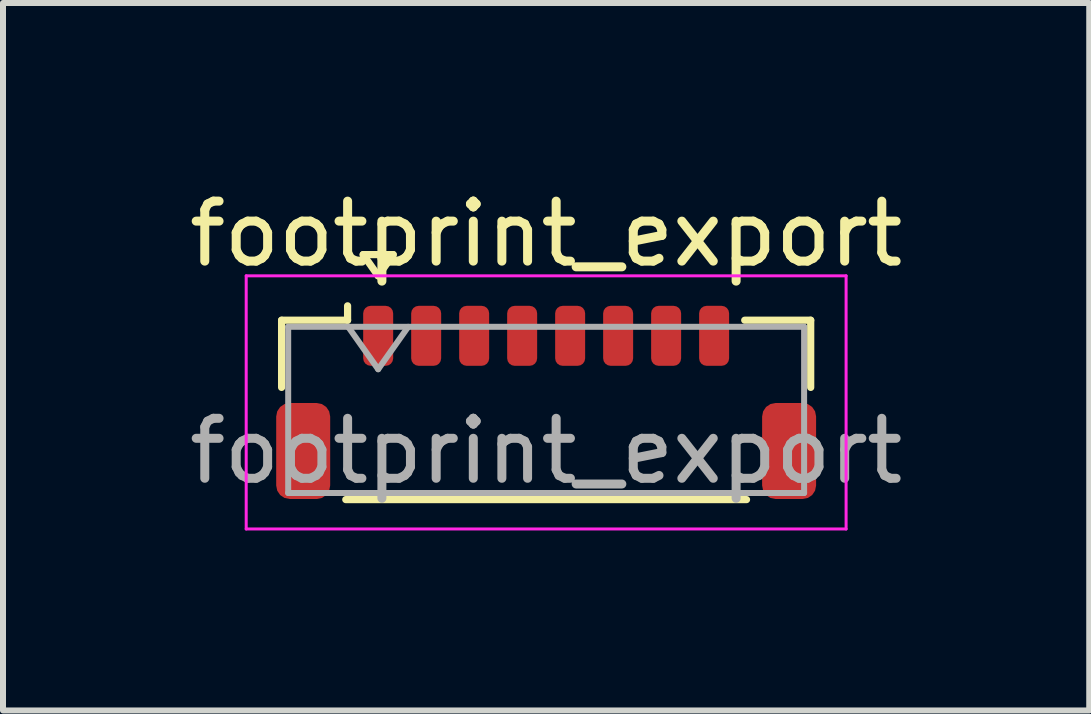
<source format=kicad_pcb>
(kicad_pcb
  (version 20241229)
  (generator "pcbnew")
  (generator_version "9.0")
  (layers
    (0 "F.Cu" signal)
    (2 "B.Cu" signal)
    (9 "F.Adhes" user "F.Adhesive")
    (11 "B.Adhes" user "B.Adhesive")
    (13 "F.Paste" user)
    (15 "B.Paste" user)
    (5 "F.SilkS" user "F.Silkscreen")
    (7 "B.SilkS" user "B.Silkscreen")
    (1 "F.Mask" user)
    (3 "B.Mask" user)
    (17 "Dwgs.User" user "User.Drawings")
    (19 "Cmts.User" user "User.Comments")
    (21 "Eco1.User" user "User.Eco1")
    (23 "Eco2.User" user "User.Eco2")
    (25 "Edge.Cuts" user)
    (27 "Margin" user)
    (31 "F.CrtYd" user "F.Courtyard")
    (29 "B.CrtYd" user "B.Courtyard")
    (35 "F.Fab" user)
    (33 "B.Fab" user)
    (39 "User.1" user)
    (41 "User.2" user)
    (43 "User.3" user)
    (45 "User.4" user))
  (footprint "footprint_export"
    (layer "F.Cu")
    (at 6.054 3.658)
    (property "Reference" "footprint_export" (at 0 -2.81 0) (layer "F.SilkS") (effects (font (size 1 1) (thickness 0.15))))
    (attr smd)
    (fp_line (start -4.41 -1.37) (end -3.31 -1.37) (stroke (width 0.12) (type solid)) (layer "F.SilkS"))
    (fp_line (start -4.41 -0.25) (end -4.41 -1.37) (stroke (width 0.12) (type solid)) (layer "F.SilkS"))
    (fp_line (start -3.34 1.62) (end 3.34 1.62) (stroke (width 0.12) (type solid)) (layer "F.SilkS"))
    (fp_line (start -3.31 -1.37) (end -3.31 -1.61) (stroke (width 0.12) (type solid)) (layer "F.SilkS"))
    (fp_line (start -3.05 -2.464) (end -2.8 -2.11) (stroke (width 0.12) (type solid)) (layer "F.SilkS"))
    (fp_line (start -2.8 -2.11) (end -2.55 -2.464) (stroke (width 0.12) (type solid)) (layer "F.SilkS"))
    (fp_line (start -2.55 -2.464) (end -3.05 -2.464) (stroke (width 0.12) (type solid)) (layer "F.SilkS"))
    (fp_line (start 4.41 -1.37) (end 3.31 -1.37) (stroke (width 0.12) (type solid)) (layer "F.SilkS"))
    (fp_line (start 4.41 -0.25) (end 4.41 -1.37) (stroke (width 0.12) (type solid)) (layer "F.SilkS"))
    (fp_line (start -5 -2.11) (end -5 2.11) (stroke (width 0.05) (type solid)) (layer "F.CrtYd"))
    (fp_line (start -5 2.11) (end 5 2.11) (stroke (width 0.05) (type solid)) (layer "F.CrtYd"))
    (fp_line (start 5 -2.11) (end -5 -2.11) (stroke (width 0.05) (type solid)) (layer "F.CrtYd"))
    (fp_line (start 5 2.11) (end 5 -2.11) (stroke (width 0.05) (type solid)) (layer "F.CrtYd"))
    (fp_line (start -4.3 -1.26) (end -4.3 1.51) (stroke (width 0.1) (type solid)) (layer "F.Fab"))
    (fp_line (start -4.3 -1.26) (end 4.3 -1.26) (stroke (width 0.1) (type solid)) (layer "F.Fab"))
    (fp_line (start -4.3 1.51) (end 4.3 1.51) (stroke (width 0.1) (type solid)) (layer "F.Fab"))
    (fp_line (start -3.3 -1.26) (end -2.8 -0.553) (stroke (width 0.1) (type solid)) (layer "F.Fab"))
    (fp_line (start -2.8 -0.553) (end -2.3 -1.26) (stroke (width 0.1) (type solid)) (layer "F.Fab"))
    (fp_line (start 4.3 -1.26) (end 4.3 1.51) (stroke (width 0.1) (type solid)) (layer "F.Fab"))
    (fp_text user "${REFERENCE}" (at 0 0.81 0) (layer "F.Fab") (effects (font (size 1 1) (thickness 0.15))))
    (pad "1" smd roundrect (at -2.8 -1.11) (size 0.5 1) (layers "F.Cu" "F.Mask" "F.Paste") (roundrect_rratio 0.25))
    (pad "2" smd roundrect (at -2 -1.11) (size 0.5 1) (layers "F.Cu" "F.Mask" "F.Paste") (roundrect_rratio 0.25))
    (pad "3" smd roundrect (at -1.2 -1.11) (size 0.5 1) (layers "F.Cu" "F.Mask" "F.Paste") (roundrect_rratio 0.25))
    (pad "4" smd roundrect (at -0.4 -1.11) (size 0.5 1) (layers "F.Cu" "F.Mask" "F.Paste") (roundrect_rratio 0.25))
    (pad "5" smd roundrect (at 0.4 -1.11) (size 0.5 1) (layers "F.Cu" "F.Mask" "F.Paste") (roundrect_rratio 0.25))
    (pad "6" smd roundrect (at 1.2 -1.11) (size 0.5 1) (layers "F.Cu" "F.Mask" "F.Paste") (roundrect_rratio 0.25))
    (pad "7" smd roundrect (at 2 -1.11) (size 0.5 1) (layers "F.Cu" "F.Mask" "F.Paste") (roundrect_rratio 0.25))
    (pad "8" smd roundrect (at 2.8 -1.11) (size 0.5 1) (layers "F.Cu" "F.Mask" "F.Paste") (roundrect_rratio 0.25))
    (pad "MP" smd roundrect (at -4.05 0.81) (size 0.9 1.6) (layers "F.Cu" "F.Mask" "F.Paste") (roundrect_rratio 0.25))
    (pad "MP" smd roundrect (at 4.05 0.81) (size 0.9 1.6) (layers "F.Cu" "F.Mask" "F.Paste") (roundrect_rratio 0.25)))
  (gr_rect
    (start -3 -3)
    (end 15.107 8.793)
    (stroke (width 0.1) (type default))
    (fill no)
    (layer "Edge.Cuts")))
</source>
